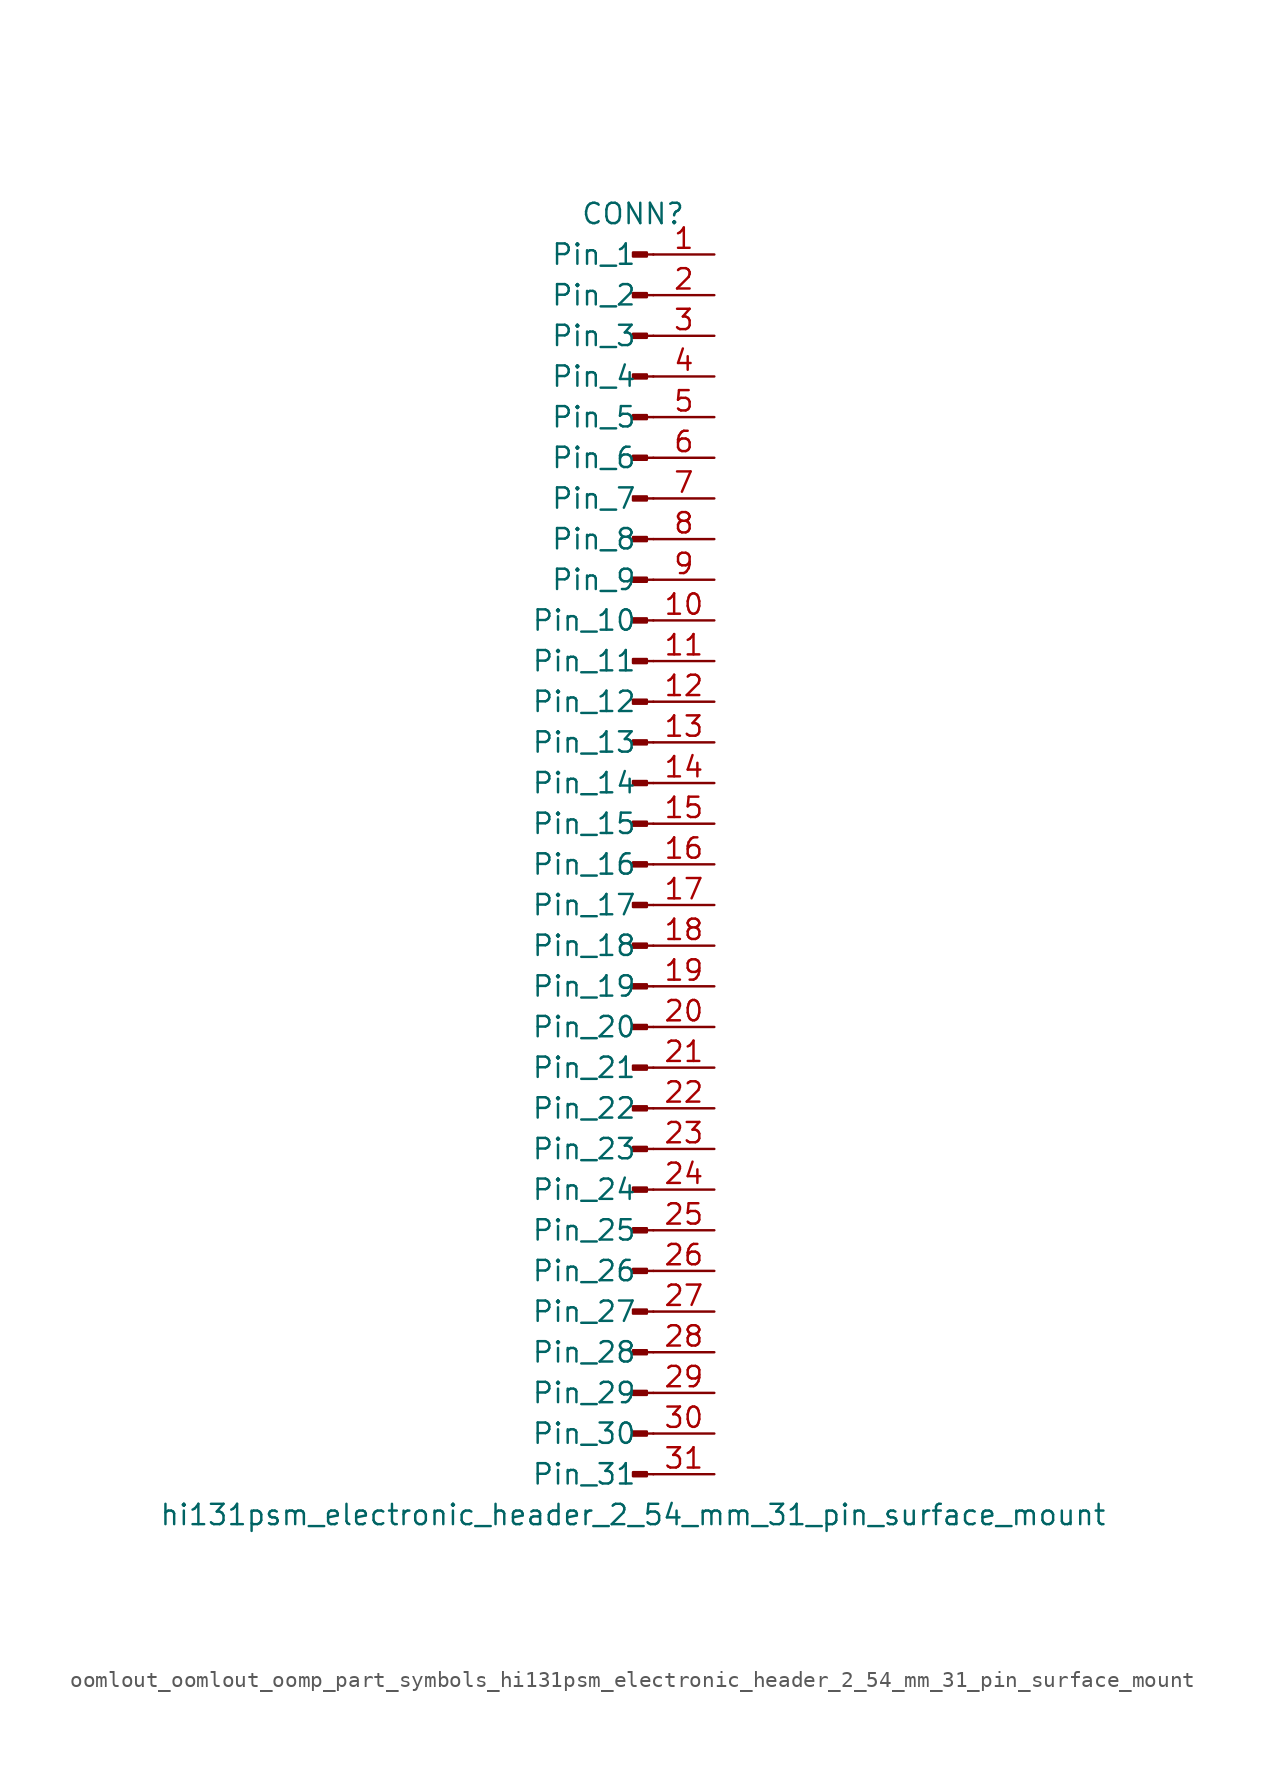
<source format=kicad_sym>
(kicad_symbol_lib
  (version 20220914)
  (generator kicad_symbol_editor)
  (symbol "oomlout_oomlout_oomp_part_symbols_hi131psm_electronic_header_2_54_mm_31_pin_surface_mount"
    (pin_names
      (offset 1.016))
    (property "Reference" "CONN"
      (at 0 40.64 0)
      (effects (font (size 1.27 1.27))))
    (property "Value" "hi131psm_electronic_header_2_54_mm_31_pin_surface_mount"
      (at 0 -40.64 0)
      (effects (font (size 1.27 1.27))))
    (property "ki_locked" ""
      (at 0 0 0)
      (effects (font (size 1.27 1.27))))
    (symbol "oomlout_oomlout_oomp_part_symbols_hi131psm_electronic_header_2_54_mm_31_pin_surface_mount_1_1"
      (polyline (pts (xy 1.27 -38.1) (xy 0.864 -38.1)) (stroke (width 0.152) (type default)) (fill (type none)))
      (polyline (pts (xy 1.27 -35.56) (xy 0.864 -35.56)) (stroke (width 0.152) (type default)) (fill (type none)))
      (polyline (pts (xy 1.27 -33.02) (xy 0.864 -33.02)) (stroke (width 0.152) (type default)) (fill (type none)))
      (polyline (pts (xy 1.27 -30.48) (xy 0.864 -30.48)) (stroke (width 0.152) (type default)) (fill (type none)))
      (polyline (pts (xy 1.27 -27.94) (xy 0.864 -27.94)) (stroke (width 0.152) (type default)) (fill (type none)))
      (polyline (pts (xy 1.27 -25.4) (xy 0.864 -25.4)) (stroke (width 0.152) (type default)) (fill (type none)))
      (polyline (pts (xy 1.27 -22.86) (xy 0.864 -22.86)) (stroke (width 0.152) (type default)) (fill (type none)))
      (polyline (pts (xy 1.27 -20.32) (xy 0.864 -20.32)) (stroke (width 0.152) (type default)) (fill (type none)))
      (polyline (pts (xy 1.27 -17.78) (xy 0.864 -17.78)) (stroke (width 0.152) (type default)) (fill (type none)))
      (polyline (pts (xy 1.27 -15.24) (xy 0.864 -15.24)) (stroke (width 0.152) (type default)) (fill (type none)))
      (polyline (pts (xy 1.27 -12.7) (xy 0.864 -12.7)) (stroke (width 0.152) (type default)) (fill (type none)))
      (polyline (pts (xy 1.27 -10.16) (xy 0.864 -10.16)) (stroke (width 0.152) (type default)) (fill (type none)))
      (polyline (pts (xy 1.27 -7.62) (xy 0.864 -7.62)) (stroke (width 0.152) (type default)) (fill (type none)))
      (polyline (pts (xy 1.27 -5.08) (xy 0.864 -5.08)) (stroke (width 0.152) (type default)) (fill (type none)))
      (polyline (pts (xy 1.27 -2.54) (xy 0.864 -2.54)) (stroke (width 0.152) (type default)) (fill (type none)))
      (polyline (pts (xy 1.27 0) (xy 0.864 0)) (stroke (width 0.152) (type default)) (fill (type none)))
      (polyline (pts (xy 1.27 2.54) (xy 0.864 2.54)) (stroke (width 0.152) (type default)) (fill (type none)))
      (polyline (pts (xy 1.27 5.08) (xy 0.864 5.08)) (stroke (width 0.152) (type default)) (fill (type none)))
      (polyline (pts (xy 1.27 7.62) (xy 0.864 7.62)) (stroke (width 0.152) (type default)) (fill (type none)))
      (polyline (pts (xy 1.27 10.16) (xy 0.864 10.16)) (stroke (width 0.152) (type default)) (fill (type none)))
      (polyline (pts (xy 1.27 12.7) (xy 0.864 12.7)) (stroke (width 0.152) (type default)) (fill (type none)))
      (polyline (pts (xy 1.27 15.24) (xy 0.864 15.24)) (stroke (width 0.152) (type default)) (fill (type none)))
      (polyline (pts (xy 1.27 17.78) (xy 0.864 17.78)) (stroke (width 0.152) (type default)) (fill (type none)))
      (polyline (pts (xy 1.27 20.32) (xy 0.864 20.32)) (stroke (width 0.152) (type default)) (fill (type none)))
      (polyline (pts (xy 1.27 22.86) (xy 0.864 22.86)) (stroke (width 0.152) (type default)) (fill (type none)))
      (polyline (pts (xy 1.27 25.4) (xy 0.864 25.4)) (stroke (width 0.152) (type default)) (fill (type none)))
      (polyline (pts (xy 1.27 27.94) (xy 0.864 27.94)) (stroke (width 0.152) (type default)) (fill (type none)))
      (polyline (pts (xy 1.27 30.48) (xy 0.864 30.48)) (stroke (width 0.152) (type default)) (fill (type none)))
      (polyline (pts (xy 1.27 33.02) (xy 0.864 33.02)) (stroke (width 0.152) (type default)) (fill (type none)))
      (polyline (pts (xy 1.27 35.56) (xy 0.864 35.56)) (stroke (width 0.152) (type default)) (fill (type none)))
      (polyline (pts (xy 1.27 38.1) (xy 0.864 38.1)) (stroke (width 0.152) (type default)) (fill (type none)))
      (rectangle (start 0.864 -37.973) (end 0 -38.227) (stroke (width 0.152) (type default)) (fill (type outline)))
      (rectangle (start 0.864 -35.433) (end 0 -35.687) (stroke (width 0.152) (type default)) (fill (type outline)))
      (rectangle (start 0.864 -32.893) (end 0 -33.147) (stroke (width 0.152) (type default)) (fill (type outline)))
      (rectangle (start 0.864 -30.353) (end 0 -30.607) (stroke (width 0.152) (type default)) (fill (type outline)))
      (rectangle (start 0.864 -27.813) (end 0 -28.067) (stroke (width 0.152) (type default)) (fill (type outline)))
      (rectangle (start 0.864 -25.273) (end 0 -25.527) (stroke (width 0.152) (type default)) (fill (type outline)))
      (rectangle (start 0.864 -22.733) (end 0 -22.987) (stroke (width 0.152) (type default)) (fill (type outline)))
      (rectangle (start 0.864 -20.193) (end 0 -20.447) (stroke (width 0.152) (type default)) (fill (type outline)))
      (rectangle (start 0.864 -17.653) (end 0 -17.907) (stroke (width 0.152) (type default)) (fill (type outline)))
      (rectangle (start 0.864 -15.113) (end 0 -15.367) (stroke (width 0.152) (type default)) (fill (type outline)))
      (rectangle (start 0.864 -12.573) (end 0 -12.827) (stroke (width 0.152) (type default)) (fill (type outline)))
      (rectangle (start 0.864 -10.033) (end 0 -10.287) (stroke (width 0.152) (type default)) (fill (type outline)))
      (rectangle (start 0.864 -7.493) (end 0 -7.747) (stroke (width 0.152) (type default)) (fill (type outline)))
      (rectangle (start 0.864 -4.953) (end 0 -5.207) (stroke (width 0.152) (type default)) (fill (type outline)))
      (rectangle (start 0.864 -2.413) (end 0 -2.667) (stroke (width 0.152) (type default)) (fill (type outline)))
      (rectangle (start 0.864 0.127) (end 0 -0.127) (stroke (width 0.152) (type default)) (fill (type outline)))
      (rectangle (start 0.864 2.667) (end 0 2.413) (stroke (width 0.152) (type default)) (fill (type outline)))
      (rectangle (start 0.864 5.207) (end 0 4.953) (stroke (width 0.152) (type default)) (fill (type outline)))
      (rectangle (start 0.864 7.747) (end 0 7.493) (stroke (width 0.152) (type default)) (fill (type outline)))
      (rectangle (start 0.864 10.287) (end 0 10.033) (stroke (width 0.152) (type default)) (fill (type outline)))
      (rectangle (start 0.864 12.827) (end 0 12.573) (stroke (width 0.152) (type default)) (fill (type outline)))
      (rectangle (start 0.864 15.367) (end 0 15.113) (stroke (width 0.152) (type default)) (fill (type outline)))
      (rectangle (start 0.864 17.907) (end 0 17.653) (stroke (width 0.152) (type default)) (fill (type outline)))
      (rectangle (start 0.864 20.447) (end 0 20.193) (stroke (width 0.152) (type default)) (fill (type outline)))
      (rectangle (start 0.864 22.987) (end 0 22.733) (stroke (width 0.152) (type default)) (fill (type outline)))
      (rectangle (start 0.864 25.527) (end 0 25.273) (stroke (width 0.152) (type default)) (fill (type outline)))
      (rectangle (start 0.864 28.067) (end 0 27.813) (stroke (width 0.152) (type default)) (fill (type outline)))
      (rectangle (start 0.864 30.607) (end 0 30.353) (stroke (width 0.152) (type default)) (fill (type outline)))
      (rectangle (start 0.864 33.147) (end 0 32.893) (stroke (width 0.152) (type default)) (fill (type outline)))
      (rectangle (start 0.864 35.687) (end 0 35.433) (stroke (width 0.152) (type default)) (fill (type outline)))
      (rectangle (start 0.864 38.227) (end 0 37.973) (stroke (width 0.152) (type default)) (fill (type outline)))
      (pin passive line (at 5.08 38.1 180) (length 3.81) (name "Pin_1" (effects (font (size 1.27 1.27)))) (number "1" (effects (font (size 1.27 1.27)))))
      (pin passive line (at 5.08 15.24 180) (length 3.81) (name "Pin_10" (effects (font (size 1.27 1.27)))) (number "10" (effects (font (size 1.27 1.27)))))
      (pin passive line (at 5.08 12.7 180) (length 3.81) (name "Pin_11" (effects (font (size 1.27 1.27)))) (number "11" (effects (font (size 1.27 1.27)))))
      (pin passive line (at 5.08 10.16 180) (length 3.81) (name "Pin_12" (effects (font (size 1.27 1.27)))) (number "12" (effects (font (size 1.27 1.27)))))
      (pin passive line (at 5.08 7.62 180) (length 3.81) (name "Pin_13" (effects (font (size 1.27 1.27)))) (number "13" (effects (font (size 1.27 1.27)))))
      (pin passive line (at 5.08 5.08 180) (length 3.81) (name "Pin_14" (effects (font (size 1.27 1.27)))) (number "14" (effects (font (size 1.27 1.27)))))
      (pin passive line (at 5.08 2.54 180) (length 3.81) (name "Pin_15" (effects (font (size 1.27 1.27)))) (number "15" (effects (font (size 1.27 1.27)))))
      (pin passive line (at 5.08 0 180) (length 3.81) (name "Pin_16" (effects (font (size 1.27 1.27)))) (number "16" (effects (font (size 1.27 1.27)))))
      (pin passive line (at 5.08 -2.54 180) (length 3.81) (name "Pin_17" (effects (font (size 1.27 1.27)))) (number "17" (effects (font (size 1.27 1.27)))))
      (pin passive line (at 5.08 -5.08 180) (length 3.81) (name "Pin_18" (effects (font (size 1.27 1.27)))) (number "18" (effects (font (size 1.27 1.27)))))
      (pin passive line (at 5.08 -7.62 180) (length 3.81) (name "Pin_19" (effects (font (size 1.27 1.27)))) (number "19" (effects (font (size 1.27 1.27)))))
      (pin passive line (at 5.08 35.56 180) (length 3.81) (name "Pin_2" (effects (font (size 1.27 1.27)))) (number "2" (effects (font (size 1.27 1.27)))))
      (pin passive line (at 5.08 -10.16 180) (length 3.81) (name "Pin_20" (effects (font (size 1.27 1.27)))) (number "20" (effects (font (size 1.27 1.27)))))
      (pin passive line (at 5.08 -12.7 180) (length 3.81) (name "Pin_21" (effects (font (size 1.27 1.27)))) (number "21" (effects (font (size 1.27 1.27)))))
      (pin passive line (at 5.08 -15.24 180) (length 3.81) (name "Pin_22" (effects (font (size 1.27 1.27)))) (number "22" (effects (font (size 1.27 1.27)))))
      (pin passive line (at 5.08 -17.78 180) (length 3.81) (name "Pin_23" (effects (font (size 1.27 1.27)))) (number "23" (effects (font (size 1.27 1.27)))))
      (pin passive line (at 5.08 -20.32 180) (length 3.81) (name "Pin_24" (effects (font (size 1.27 1.27)))) (number "24" (effects (font (size 1.27 1.27)))))
      (pin passive line (at 5.08 -22.86 180) (length 3.81) (name "Pin_25" (effects (font (size 1.27 1.27)))) (number "25" (effects (font (size 1.27 1.27)))))
      (pin passive line (at 5.08 -25.4 180) (length 3.81) (name "Pin_26" (effects (font (size 1.27 1.27)))) (number "26" (effects (font (size 1.27 1.27)))))
      (pin passive line (at 5.08 -27.94 180) (length 3.81) (name "Pin_27" (effects (font (size 1.27 1.27)))) (number "27" (effects (font (size 1.27 1.27)))))
      (pin passive line (at 5.08 -30.48 180) (length 3.81) (name "Pin_28" (effects (font (size 1.27 1.27)))) (number "28" (effects (font (size 1.27 1.27)))))
      (pin passive line (at 5.08 -33.02 180) (length 3.81) (name "Pin_29" (effects (font (size 1.27 1.27)))) (number "29" (effects (font (size 1.27 1.27)))))
      (pin passive line (at 5.08 33.02 180) (length 3.81) (name "Pin_3" (effects (font (size 1.27 1.27)))) (number "3" (effects (font (size 1.27 1.27)))))
      (pin passive line (at 5.08 -35.56 180) (length 3.81) (name "Pin_30" (effects (font (size 1.27 1.27)))) (number "30" (effects (font (size 1.27 1.27)))))
      (pin passive line (at 5.08 -38.1 180) (length 3.81) (name "Pin_31" (effects (font (size 1.27 1.27)))) (number "31" (effects (font (size 1.27 1.27)))))
      (pin passive line (at 5.08 30.48 180) (length 3.81) (name "Pin_4" (effects (font (size 1.27 1.27)))) (number "4" (effects (font (size 1.27 1.27)))))
      (pin passive line (at 5.08 27.94 180) (length 3.81) (name "Pin_5" (effects (font (size 1.27 1.27)))) (number "5" (effects (font (size 1.27 1.27)))))
      (pin passive line (at 5.08 25.4 180) (length 3.81) (name "Pin_6" (effects (font (size 1.27 1.27)))) (number "6" (effects (font (size 1.27 1.27)))))
      (pin passive line (at 5.08 22.86 180) (length 3.81) (name "Pin_7" (effects (font (size 1.27 1.27)))) (number "7" (effects (font (size 1.27 1.27)))))
      (pin passive line (at 5.08 20.32 180) (length 3.81) (name "Pin_8" (effects (font (size 1.27 1.27)))) (number "8" (effects (font (size 1.27 1.27)))))
      (pin passive line (at 5.08 17.78 180) (length 3.81) (name "Pin_9" (effects (font (size 1.27 1.27)))) (number "9" (effects (font (size 1.27 1.27))))))))
</source>
